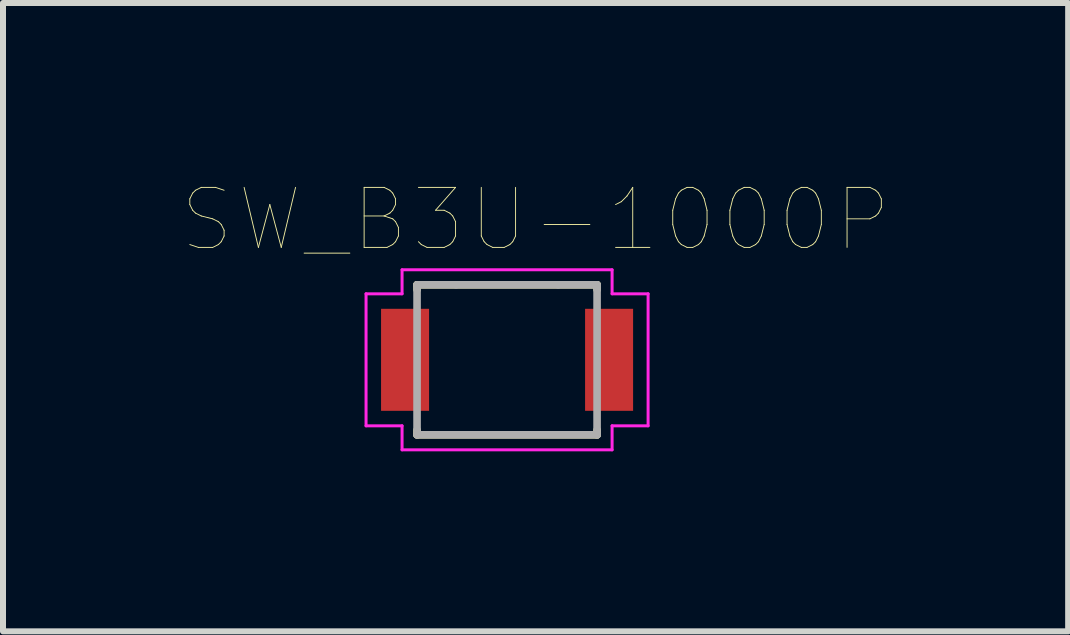
<source format=kicad_pcb>
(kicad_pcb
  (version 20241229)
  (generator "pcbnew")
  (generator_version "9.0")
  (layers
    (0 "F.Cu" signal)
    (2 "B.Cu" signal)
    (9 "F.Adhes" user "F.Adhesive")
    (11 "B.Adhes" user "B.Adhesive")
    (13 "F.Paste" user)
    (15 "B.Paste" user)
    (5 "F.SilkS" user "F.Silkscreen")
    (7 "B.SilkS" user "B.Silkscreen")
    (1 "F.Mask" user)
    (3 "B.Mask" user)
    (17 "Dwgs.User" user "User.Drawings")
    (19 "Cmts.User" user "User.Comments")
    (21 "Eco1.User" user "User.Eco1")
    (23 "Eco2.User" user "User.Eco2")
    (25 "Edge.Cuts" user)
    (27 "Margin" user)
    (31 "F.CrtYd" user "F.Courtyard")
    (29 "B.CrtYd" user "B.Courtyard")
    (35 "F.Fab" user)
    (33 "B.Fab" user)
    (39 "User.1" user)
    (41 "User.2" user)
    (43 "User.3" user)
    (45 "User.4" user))
  (footprint "SW_B3U-1000P"
    (layer "F.Cu")
    (at 5.4 2.946)
    (property "Reference" "SW_B3U-1000P" (at 0.475 -2.335 0) (layer "F.SilkS") (effects (font (size 1 1) (thickness 0.015))))
    (attr through_hole)
    (fp_line (start -1.5 -1.25) (end 1.5 -1.25) (stroke (width 0.127) (type solid)) (layer "F.SilkS"))
    (fp_line (start -1.5 -1.17) (end -1.5 -1.25) (stroke (width 0.127) (type solid)) (layer "F.SilkS"))
    (fp_line (start -1.5 1.17) (end -1.5 1.25) (stroke (width 0.127) (type solid)) (layer "F.SilkS"))
    (fp_line (start -1.5 1.25) (end 1.5 1.25) (stroke (width 0.127) (type solid)) (layer "F.SilkS"))
    (fp_line (start 1.5 -1.25) (end 1.5 -1.17) (stroke (width 0.127) (type solid)) (layer "F.SilkS"))
    (fp_line (start 1.5 1.25) (end 1.5 1.17) (stroke (width 0.127) (type solid)) (layer "F.SilkS"))
    (fp_line (start -2.35 -1.1) (end -1.75 -1.1) (stroke (width 0.05) (type solid)) (layer "F.CrtYd"))
    (fp_line (start -2.35 1.1) (end -2.35 -1.1) (stroke (width 0.05) (type solid)) (layer "F.CrtYd"))
    (fp_line (start -1.75 -1.5) (end 1.75 -1.5) (stroke (width 0.05) (type solid)) (layer "F.CrtYd"))
    (fp_line (start -1.75 -1.1) (end -1.75 -1.5) (stroke (width 0.05) (type solid)) (layer "F.CrtYd"))
    (fp_line (start -1.75 1.1) (end -2.35 1.1) (stroke (width 0.05) (type solid)) (layer "F.CrtYd"))
    (fp_line (start -1.75 1.5) (end -1.75 1.1) (stroke (width 0.05) (type solid)) (layer "F.CrtYd"))
    (fp_line (start 1.75 -1.5) (end 1.75 -1.1) (stroke (width 0.05) (type solid)) (layer "F.CrtYd"))
    (fp_line (start 1.75 -1.1) (end 2.35 -1.1) (stroke (width 0.05) (type solid)) (layer "F.CrtYd"))
    (fp_line (start 1.75 1.1) (end 1.75 1.5) (stroke (width 0.05) (type solid)) (layer "F.CrtYd"))
    (fp_line (start 1.75 1.5) (end -1.75 1.5) (stroke (width 0.05) (type solid)) (layer "F.CrtYd"))
    (fp_line (start 2.35 -1.1) (end 2.35 1.1) (stroke (width 0.05) (type solid)) (layer "F.CrtYd"))
    (fp_line (start 2.35 1.1) (end 1.75 1.1) (stroke (width 0.05) (type solid)) (layer "F.CrtYd"))
    (fp_line (start -1.5 -1.25) (end -0.85 -1.25) (stroke (width 0.127) (type solid)) (layer "F.Fab"))
    (fp_line (start -1.5 1.25) (end -1.5 -1.25) (stroke (width 0.127) (type solid)) (layer "F.Fab"))
    (fp_line (start -0.85 -1.25) (end 0.85 -1.25) (stroke (width 0.127) (type solid)) (layer "F.Fab"))
    (fp_line (start 0.85 -1.25) (end 1.5 -1.25) (stroke (width 0.127) (type solid)) (layer "F.Fab"))
    (fp_line (start 1.5 -1.25) (end 1.5 1.25) (stroke (width 0.127) (type solid)) (layer "F.Fab"))
    (fp_line (start 1.5 1.25) (end -1.5 1.25) (stroke (width 0.127) (type solid)) (layer "F.Fab"))
    (pad "1" smd rect (at -1.7 0) (size 0.8 1.7) (layers "F.Cu" "F.Mask" "F.Paste"))
    (pad "2" smd rect (at 1.7 0) (size 0.8 1.7) (layers "F.Cu" "F.Mask" "F.Paste")))
  (gr_rect
    (start -3 -3)
    (end 14.75 7.471)
    (stroke (width 0.1) (type default))
    (fill no)
    (layer "Edge.Cuts")))
</source>
